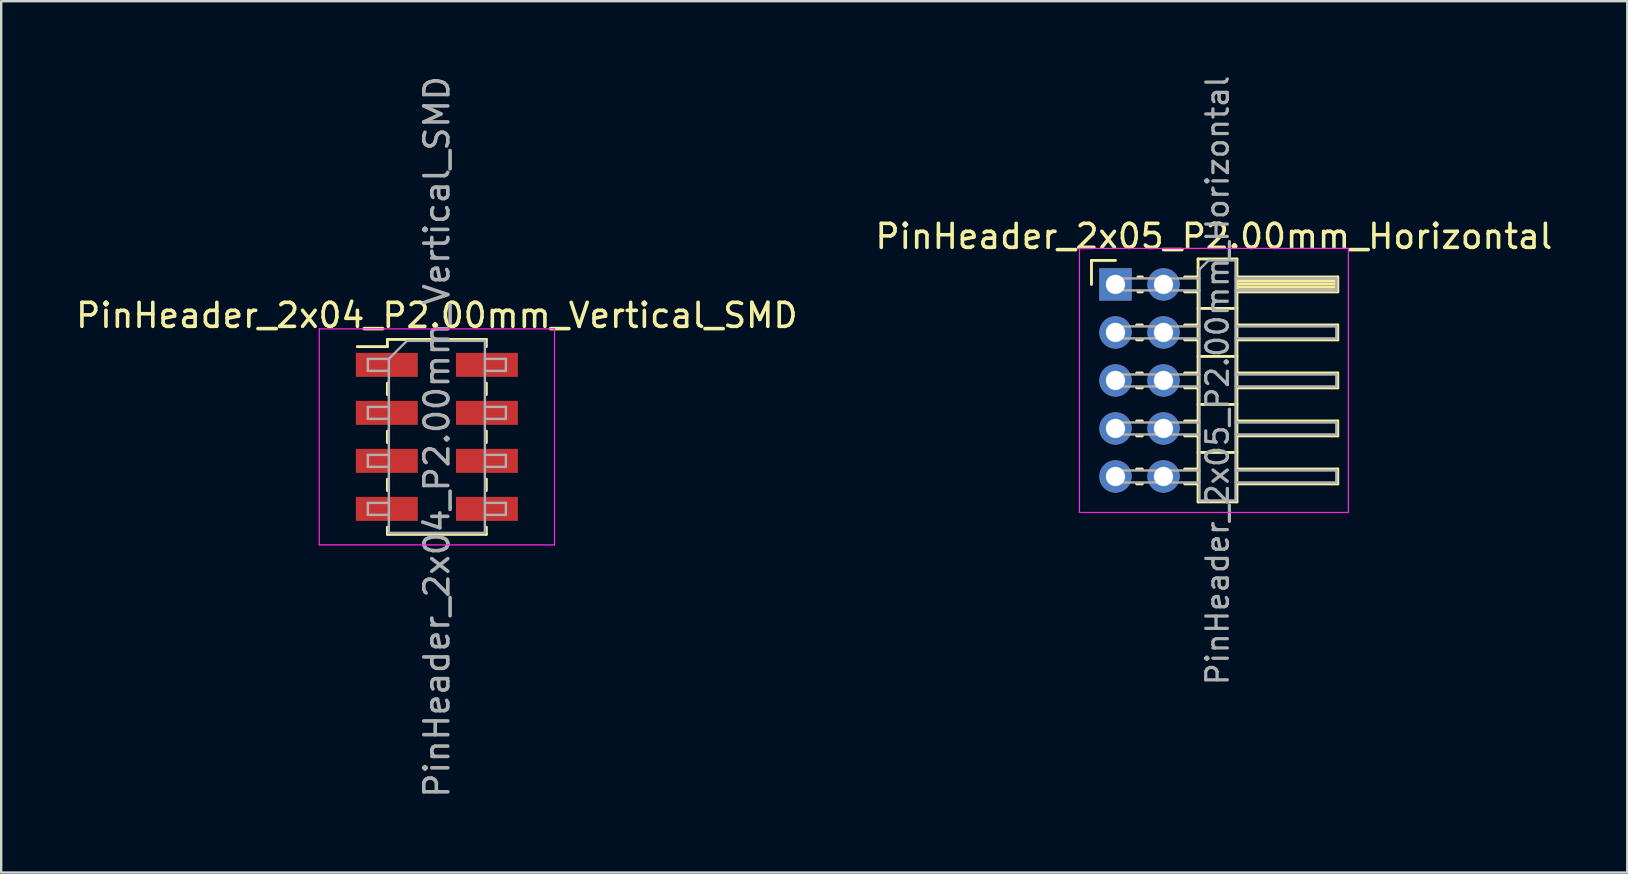
<source format=kicad_pcb>
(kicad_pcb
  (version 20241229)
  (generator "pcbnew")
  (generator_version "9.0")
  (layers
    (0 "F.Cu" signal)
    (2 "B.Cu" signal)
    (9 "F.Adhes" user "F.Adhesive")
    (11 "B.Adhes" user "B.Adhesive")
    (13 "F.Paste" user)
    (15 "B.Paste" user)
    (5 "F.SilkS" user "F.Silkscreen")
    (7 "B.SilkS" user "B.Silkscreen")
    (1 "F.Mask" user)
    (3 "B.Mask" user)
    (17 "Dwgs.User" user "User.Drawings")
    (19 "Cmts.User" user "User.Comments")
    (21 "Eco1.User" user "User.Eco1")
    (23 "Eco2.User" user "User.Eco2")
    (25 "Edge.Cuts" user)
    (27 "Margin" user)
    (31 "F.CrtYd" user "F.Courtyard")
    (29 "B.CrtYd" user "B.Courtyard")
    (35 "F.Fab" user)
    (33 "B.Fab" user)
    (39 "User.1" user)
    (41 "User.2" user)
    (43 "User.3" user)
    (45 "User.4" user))
  (footprint "PinHeader_2x04_P2.00mm_Vertical_SMD"
    (layer "F.Cu")
    (at 15.149 15.149)
    (property "Reference" "PinHeader_2x04_P2.00mm_Vertical_SMD" (at 0 -5.06 0) (layer "F.SilkS") (effects (font (size 1 1) (thickness 0.15))))
    (attr smd)
    (fp_line (start -3.315 -3.76) (end -2.06 -3.76) (stroke (width 0.12) (type solid)) (layer "F.SilkS"))
    (fp_line (start -2.06 -4.06) (end -2.06 -3.76) (stroke (width 0.12) (type solid)) (layer "F.SilkS"))
    (fp_line (start -2.06 -4.06) (end 2.06 -4.06) (stroke (width 0.12) (type solid)) (layer "F.SilkS"))
    (fp_line (start -2.06 -2.24) (end -2.06 -1.76) (stroke (width 0.12) (type solid)) (layer "F.SilkS"))
    (fp_line (start -2.06 -0.24) (end -2.06 0.24) (stroke (width 0.12) (type solid)) (layer "F.SilkS"))
    (fp_line (start -2.06 1.76) (end -2.06 2.24) (stroke (width 0.12) (type solid)) (layer "F.SilkS"))
    (fp_line (start -2.06 3.76) (end -2.06 4.06) (stroke (width 0.12) (type solid)) (layer "F.SilkS"))
    (fp_line (start -2.06 4.06) (end 2.06 4.06) (stroke (width 0.12) (type solid)) (layer "F.SilkS"))
    (fp_line (start 2.06 -4.06) (end 2.06 -3.76) (stroke (width 0.12) (type solid)) (layer "F.SilkS"))
    (fp_line (start 2.06 -2.24) (end 2.06 -1.76) (stroke (width 0.12) (type solid)) (layer "F.SilkS"))
    (fp_line (start 2.06 -0.24) (end 2.06 0.24) (stroke (width 0.12) (type solid)) (layer "F.SilkS"))
    (fp_line (start 2.06 1.76) (end 2.06 2.24) (stroke (width 0.12) (type solid)) (layer "F.SilkS"))
    (fp_line (start 2.06 3.76) (end 2.06 4.06) (stroke (width 0.12) (type solid)) (layer "F.SilkS"))
    (fp_line (start -4.9 -4.5) (end -4.9 4.5) (stroke (width 0.05) (type solid)) (layer "F.CrtYd"))
    (fp_line (start -4.9 4.5) (end 4.9 4.5) (stroke (width 0.05) (type solid)) (layer "F.CrtYd"))
    (fp_line (start 4.9 -4.5) (end -4.9 -4.5) (stroke (width 0.05) (type solid)) (layer "F.CrtYd"))
    (fp_line (start 4.9 4.5) (end 4.9 -4.5) (stroke (width 0.05) (type solid)) (layer "F.CrtYd"))
    (fp_line (start -2.875 -3.25) (end -2.875 -2.75) (stroke (width 0.1) (type solid)) (layer "F.Fab"))
    (fp_line (start -2.875 -2.75) (end -2 -2.75) (stroke (width 0.1) (type solid)) (layer "F.Fab"))
    (fp_line (start -2.875 -1.25) (end -2.875 -0.75) (stroke (width 0.1) (type solid)) (layer "F.Fab"))
    (fp_line (start -2.875 -0.75) (end -2 -0.75) (stroke (width 0.1) (type solid)) (layer "F.Fab"))
    (fp_line (start -2.875 0.75) (end -2.875 1.25) (stroke (width 0.1) (type solid)) (layer "F.Fab"))
    (fp_line (start -2.875 1.25) (end -2 1.25) (stroke (width 0.1) (type solid)) (layer "F.Fab"))
    (fp_line (start -2.875 2.75) (end -2.875 3.25) (stroke (width 0.1) (type solid)) (layer "F.Fab"))
    (fp_line (start -2.875 3.25) (end -2 3.25) (stroke (width 0.1) (type solid)) (layer "F.Fab"))
    (fp_line (start -2 -3.25) (end -2.875 -3.25) (stroke (width 0.1) (type solid)) (layer "F.Fab"))
    (fp_line (start -2 -3.25) (end -1.25 -4) (stroke (width 0.1) (type solid)) (layer "F.Fab"))
    (fp_line (start -2 -1.25) (end -2.875 -1.25) (stroke (width 0.1) (type solid)) (layer "F.Fab"))
    (fp_line (start -2 0.75) (end -2.875 0.75) (stroke (width 0.1) (type solid)) (layer "F.Fab"))
    (fp_line (start -2 2.75) (end -2.875 2.75) (stroke (width 0.1) (type solid)) (layer "F.Fab"))
    (fp_line (start -2 4) (end -2 -3.25) (stroke (width 0.1) (type solid)) (layer "F.Fab"))
    (fp_line (start -1.25 -4) (end 2 -4) (stroke (width 0.1) (type solid)) (layer "F.Fab"))
    (fp_line (start 2 -4) (end 2 4) (stroke (width 0.1) (type solid)) (layer "F.Fab"))
    (fp_line (start 2 -3.25) (end 2.875 -3.25) (stroke (width 0.1) (type solid)) (layer "F.Fab"))
    (fp_line (start 2 -1.25) (end 2.875 -1.25) (stroke (width 0.1) (type solid)) (layer "F.Fab"))
    (fp_line (start 2 0.75) (end 2.875 0.75) (stroke (width 0.1) (type solid)) (layer "F.Fab"))
    (fp_line (start 2 2.75) (end 2.875 2.75) (stroke (width 0.1) (type solid)) (layer "F.Fab"))
    (fp_line (start 2 4) (end -2 4) (stroke (width 0.1) (type solid)) (layer "F.Fab"))
    (fp_line (start 2.875 -3.25) (end 2.875 -2.75) (stroke (width 0.1) (type solid)) (layer "F.Fab"))
    (fp_line (start 2.875 -2.75) (end 2 -2.75) (stroke (width 0.1) (type solid)) (layer "F.Fab"))
    (fp_line (start 2.875 -1.25) (end 2.875 -0.75) (stroke (width 0.1) (type solid)) (layer "F.Fab"))
    (fp_line (start 2.875 -0.75) (end 2 -0.75) (stroke (width 0.1) (type solid)) (layer "F.Fab"))
    (fp_line (start 2.875 0.75) (end 2.875 1.25) (stroke (width 0.1) (type solid)) (layer "F.Fab"))
    (fp_line (start 2.875 1.25) (end 2 1.25) (stroke (width 0.1) (type solid)) (layer "F.Fab"))
    (fp_line (start 2.875 2.75) (end 2.875 3.25) (stroke (width 0.1) (type solid)) (layer "F.Fab"))
    (fp_line (start 2.875 3.25) (end 2 3.25) (stroke (width 0.1) (type solid)) (layer "F.Fab"))
    (fp_text user "${REFERENCE}" (at 0 0 90) (layer "F.Fab") (effects (font (size 1 1) (thickness 0.15))))
    (pad "1" smd rect (at -2.085 -3) (size 2.58 1) (layers "F.Cu" "F.Mask" "F.Paste"))
    (pad "2" smd rect (at 2.085 -3) (size 2.58 1) (layers "F.Cu" "F.Mask" "F.Paste"))
    (pad "3" smd rect (at -2.085 -1) (size 2.58 1) (layers "F.Cu" "F.Mask" "F.Paste"))
    (pad "4" smd rect (at 2.085 -1) (size 2.58 1) (layers "F.Cu" "F.Mask" "F.Paste"))
    (pad "5" smd rect (at -2.085 1) (size 2.58 1) (layers "F.Cu" "F.Mask" "F.Paste"))
    (pad "6" smd rect (at 2.085 1) (size 2.58 1) (layers "F.Cu" "F.Mask" "F.Paste"))
    (pad "7" smd rect (at -2.085 3) (size 2.58 1) (layers "F.Cu" "F.Mask" "F.Paste"))
    (pad "8" smd rect (at 2.085 3) (size 2.58 1) (layers "F.Cu" "F.Mask" "F.Paste")))
  (footprint "PinHeader_2x05_P2.00mm_Horizontal"
    (layer "F.Cu")
    (at 43.418 8.798)
    (property "Reference" "PinHeader_2x05_P2.00mm_Horizontal" (at 4.1 -2 0) (layer "F.SilkS") (effects (font (size 1 1) (thickness 0.15))))
    (attr through_hole)
    (fp_line (start -1 -1) (end 0 -1) (stroke (width 0.12) (type solid)) (layer "F.SilkS"))
    (fp_line (start -1 0) (end -1 -1) (stroke (width 0.12) (type solid)) (layer "F.SilkS"))
    (fp_line (start 0.882 1.69) (end 1.118 1.69) (stroke (width 0.12) (type solid)) (layer "F.SilkS"))
    (fp_line (start 0.882 2.31) (end 1.118 2.31) (stroke (width 0.12) (type solid)) (layer "F.SilkS"))
    (fp_line (start 0.882 3.69) (end 1.118 3.69) (stroke (width 0.12) (type solid)) (layer "F.SilkS"))
    (fp_line (start 0.882 4.31) (end 1.118 4.31) (stroke (width 0.12) (type solid)) (layer "F.SilkS"))
    (fp_line (start 0.882 5.69) (end 1.118 5.69) (stroke (width 0.12) (type solid)) (layer "F.SilkS"))
    (fp_line (start 0.882 6.31) (end 1.118 6.31) (stroke (width 0.12) (type solid)) (layer "F.SilkS"))
    (fp_line (start 0.882 7.69) (end 1.118 7.69) (stroke (width 0.12) (type solid)) (layer "F.SilkS"))
    (fp_line (start 0.882 8.31) (end 1.118 8.31) (stroke (width 0.12) (type solid)) (layer "F.SilkS"))
    (fp_line (start 0.935 -0.31) (end 1.118 -0.31) (stroke (width 0.12) (type solid)) (layer "F.SilkS"))
    (fp_line (start 0.935 0.31) (end 1.118 0.31) (stroke (width 0.12) (type solid)) (layer "F.SilkS"))
    (fp_line (start 2.882 -0.31) (end 3.44 -0.31) (stroke (width 0.12) (type solid)) (layer "F.SilkS"))
    (fp_line (start 2.882 0.31) (end 3.44 0.31) (stroke (width 0.12) (type solid)) (layer "F.SilkS"))
    (fp_line (start 2.882 1.69) (end 3.44 1.69) (stroke (width 0.12) (type solid)) (layer "F.SilkS"))
    (fp_line (start 2.882 2.31) (end 3.44 2.31) (stroke (width 0.12) (type solid)) (layer "F.SilkS"))
    (fp_line (start 2.882 3.69) (end 3.44 3.69) (stroke (width 0.12) (type solid)) (layer "F.SilkS"))
    (fp_line (start 2.882 4.31) (end 3.44 4.31) (stroke (width 0.12) (type solid)) (layer "F.SilkS"))
    (fp_line (start 2.882 5.69) (end 3.44 5.69) (stroke (width 0.12) (type solid)) (layer "F.SilkS"))
    (fp_line (start 2.882 6.31) (end 3.44 6.31) (stroke (width 0.12) (type solid)) (layer "F.SilkS"))
    (fp_line (start 2.882 7.69) (end 3.44 7.69) (stroke (width 0.12) (type solid)) (layer "F.SilkS"))
    (fp_line (start 2.882 8.31) (end 3.44 8.31) (stroke (width 0.12) (type solid)) (layer "F.SilkS"))
    (fp_line (start 3.44 -1.06) (end 3.44 9.06) (stroke (width 0.12) (type solid)) (layer "F.SilkS"))
    (fp_line (start 3.44 1) (end 5.06 1) (stroke (width 0.12) (type solid)) (layer "F.SilkS"))
    (fp_line (start 3.44 3) (end 5.06 3) (stroke (width 0.12) (type solid)) (layer "F.SilkS"))
    (fp_line (start 3.44 5) (end 5.06 5) (stroke (width 0.12) (type solid)) (layer "F.SilkS"))
    (fp_line (start 3.44 7) (end 5.06 7) (stroke (width 0.12) (type solid)) (layer "F.SilkS"))
    (fp_line (start 3.44 9.06) (end 5.06 9.06) (stroke (width 0.12) (type solid)) (layer "F.SilkS"))
    (fp_line (start 5.06 -1.06) (end 3.44 -1.06) (stroke (width 0.12) (type solid)) (layer "F.SilkS"))
    (fp_line (start 5.06 -0.31) (end 9.26 -0.31) (stroke (width 0.12) (type solid)) (layer "F.SilkS"))
    (fp_line (start 5.06 -0.25) (end 9.26 -0.25) (stroke (width 0.12) (type solid)) (layer "F.SilkS"))
    (fp_line (start 5.06 -0.13) (end 9.26 -0.13) (stroke (width 0.12) (type solid)) (layer "F.SilkS"))
    (fp_line (start 5.06 -0.01) (end 9.26 -0.01) (stroke (width 0.12) (type solid)) (layer "F.SilkS"))
    (fp_line (start 5.06 0.11) (end 9.26 0.11) (stroke (width 0.12) (type solid)) (layer "F.SilkS"))
    (fp_line (start 5.06 0.23) (end 9.26 0.23) (stroke (width 0.12) (type solid)) (layer "F.SilkS"))
    (fp_line (start 5.06 1.69) (end 9.26 1.69) (stroke (width 0.12) (type solid)) (layer "F.SilkS"))
    (fp_line (start 5.06 3.69) (end 9.26 3.69) (stroke (width 0.12) (type solid)) (layer "F.SilkS"))
    (fp_line (start 5.06 5.69) (end 9.26 5.69) (stroke (width 0.12) (type solid)) (layer "F.SilkS"))
    (fp_line (start 5.06 7.69) (end 9.26 7.69) (stroke (width 0.12) (type solid)) (layer "F.SilkS"))
    (fp_line (start 5.06 9.06) (end 5.06 -1.06) (stroke (width 0.12) (type solid)) (layer "F.SilkS"))
    (fp_line (start 9.26 -0.31) (end 9.26 0.31) (stroke (width 0.12) (type solid)) (layer "F.SilkS"))
    (fp_line (start 9.26 0.31) (end 5.06 0.31) (stroke (width 0.12) (type solid)) (layer "F.SilkS"))
    (fp_line (start 9.26 1.69) (end 9.26 2.31) (stroke (width 0.12) (type solid)) (layer "F.SilkS"))
    (fp_line (start 9.26 2.31) (end 5.06 2.31) (stroke (width 0.12) (type solid)) (layer "F.SilkS"))
    (fp_line (start 9.26 3.69) (end 9.26 4.31) (stroke (width 0.12) (type solid)) (layer "F.SilkS"))
    (fp_line (start 9.26 4.31) (end 5.06 4.31) (stroke (width 0.12) (type solid)) (layer "F.SilkS"))
    (fp_line (start 9.26 5.69) (end 9.26 6.31) (stroke (width 0.12) (type solid)) (layer "F.SilkS"))
    (fp_line (start 9.26 6.31) (end 5.06 6.31) (stroke (width 0.12) (type solid)) (layer "F.SilkS"))
    (fp_line (start 9.26 7.69) (end 9.26 8.31) (stroke (width 0.12) (type solid)) (layer "F.SilkS"))
    (fp_line (start 9.26 8.31) (end 5.06 8.31) (stroke (width 0.12) (type solid)) (layer "F.SilkS"))
    (fp_line (start -1.5 -1.5) (end -1.5 9.5) (stroke (width 0.05) (type solid)) (layer "F.CrtYd"))
    (fp_line (start -1.5 9.5) (end 9.7 9.5) (stroke (width 0.05) (type solid)) (layer "F.CrtYd"))
    (fp_line (start 9.7 -1.5) (end -1.5 -1.5) (stroke (width 0.05) (type solid)) (layer "F.CrtYd"))
    (fp_line (start 9.7 9.5) (end 9.7 -1.5) (stroke (width 0.05) (type solid)) (layer "F.CrtYd"))
    (fp_line (start -0.25 -0.25) (end -0.25 0.25) (stroke (width 0.1) (type solid)) (layer "F.Fab"))
    (fp_line (start -0.25 -0.25) (end 3.5 -0.25) (stroke (width 0.1) (type solid)) (layer "F.Fab"))
    (fp_line (start -0.25 0.25) (end 3.5 0.25) (stroke (width 0.1) (type solid)) (layer "F.Fab"))
    (fp_line (start -0.25 1.75) (end -0.25 2.25) (stroke (width 0.1) (type solid)) (layer "F.Fab"))
    (fp_line (start -0.25 1.75) (end 3.5 1.75) (stroke (width 0.1) (type solid)) (layer "F.Fab"))
    (fp_line (start -0.25 2.25) (end 3.5 2.25) (stroke (width 0.1) (type solid)) (layer "F.Fab"))
    (fp_line (start -0.25 3.75) (end -0.25 4.25) (stroke (width 0.1) (type solid)) (layer "F.Fab"))
    (fp_line (start -0.25 3.75) (end 3.5 3.75) (stroke (width 0.1) (type solid)) (layer "F.Fab"))
    (fp_line (start -0.25 4.25) (end 3.5 4.25) (stroke (width 0.1) (type solid)) (layer "F.Fab"))
    (fp_line (start -0.25 5.75) (end -0.25 6.25) (stroke (width 0.1) (type solid)) (layer "F.Fab"))
    (fp_line (start -0.25 5.75) (end 3.5 5.75) (stroke (width 0.1) (type solid)) (layer "F.Fab"))
    (fp_line (start -0.25 6.25) (end 3.5 6.25) (stroke (width 0.1) (type solid)) (layer "F.Fab"))
    (fp_line (start -0.25 7.75) (end -0.25 8.25) (stroke (width 0.1) (type solid)) (layer "F.Fab"))
    (fp_line (start -0.25 7.75) (end 3.5 7.75) (stroke (width 0.1) (type solid)) (layer "F.Fab"))
    (fp_line (start -0.25 8.25) (end 3.5 8.25) (stroke (width 0.1) (type solid)) (layer "F.Fab"))
    (fp_line (start 3.5 -0.625) (end 3.875 -1) (stroke (width 0.1) (type solid)) (layer "F.Fab"))
    (fp_line (start 3.5 9) (end 3.5 -0.625) (stroke (width 0.1) (type solid)) (layer "F.Fab"))
    (fp_line (start 3.875 -1) (end 5 -1) (stroke (width 0.1) (type solid)) (layer "F.Fab"))
    (fp_line (start 5 -1) (end 5 9) (stroke (width 0.1) (type solid)) (layer "F.Fab"))
    (fp_line (start 5 -0.25) (end 9.2 -0.25) (stroke (width 0.1) (type solid)) (layer "F.Fab"))
    (fp_line (start 5 0.25) (end 9.2 0.25) (stroke (width 0.1) (type solid)) (layer "F.Fab"))
    (fp_line (start 5 1.75) (end 9.2 1.75) (stroke (width 0.1) (type solid)) (layer "F.Fab"))
    (fp_line (start 5 2.25) (end 9.2 2.25) (stroke (width 0.1) (type solid)) (layer "F.Fab"))
    (fp_line (start 5 3.75) (end 9.2 3.75) (stroke (width 0.1) (type solid)) (layer "F.Fab"))
    (fp_line (start 5 4.25) (end 9.2 4.25) (stroke (width 0.1) (type solid)) (layer "F.Fab"))
    (fp_line (start 5 5.75) (end 9.2 5.75) (stroke (width 0.1) (type solid)) (layer "F.Fab"))
    (fp_line (start 5 6.25) (end 9.2 6.25) (stroke (width 0.1) (type solid)) (layer "F.Fab"))
    (fp_line (start 5 7.75) (end 9.2 7.75) (stroke (width 0.1) (type solid)) (layer "F.Fab"))
    (fp_line (start 5 8.25) (end 9.2 8.25) (stroke (width 0.1) (type solid)) (layer "F.Fab"))
    (fp_line (start 5 9) (end 3.5 9) (stroke (width 0.1) (type solid)) (layer "F.Fab"))
    (fp_line (start 9.2 -0.25) (end 9.2 0.25) (stroke (width 0.1) (type solid)) (layer "F.Fab"))
    (fp_line (start 9.2 1.75) (end 9.2 2.25) (stroke (width 0.1) (type solid)) (layer "F.Fab"))
    (fp_line (start 9.2 3.75) (end 9.2 4.25) (stroke (width 0.1) (type solid)) (layer "F.Fab"))
    (fp_line (start 9.2 5.75) (end 9.2 6.25) (stroke (width 0.1) (type solid)) (layer "F.Fab"))
    (fp_line (start 9.2 7.75) (end 9.2 8.25) (stroke (width 0.1) (type solid)) (layer "F.Fab"))
    (fp_text user "${REFERENCE}" (at 4.25 4 90) (layer "F.Fab") (effects (font (size 0.9 0.9) (thickness 0.135))))
    (pad "1" thru_hole rect (at 0 0) (size 1.35 1.35) (drill 0.8) (layers "*.Cu" "*.Mask"))
    (pad "2" thru_hole oval (at 2 0) (size 1.35 1.35) (drill 0.8) (layers "*.Cu" "*.Mask"))
    (pad "3" thru_hole oval (at 0 2) (size 1.35 1.35) (drill 0.8) (layers "*.Cu" "*.Mask"))
    (pad "4" thru_hole oval (at 2 2) (size 1.35 1.35) (drill 0.8) (layers "*.Cu" "*.Mask"))
    (pad "5" thru_hole oval (at 0 4) (size 1.35 1.35) (drill 0.8) (layers "*.Cu" "*.Mask"))
    (pad "6" thru_hole oval (at 2 4) (size 1.35 1.35) (drill 0.8) (layers "*.Cu" "*.Mask"))
    (pad "7" thru_hole oval (at 0 6) (size 1.35 1.35) (drill 0.8) (layers "*.Cu" "*.Mask"))
    (pad "8" thru_hole oval (at 2 6) (size 1.35 1.35) (drill 0.8) (layers "*.Cu" "*.Mask"))
    (pad "9" thru_hole oval (at 0 8) (size 1.35 1.35) (drill 0.8) (layers "*.Cu" "*.Mask"))
    (pad "10" thru_hole oval (at 2 8) (size 1.35 1.35) (drill 0.8) (layers "*.Cu" "*.Mask")))
  (gr_rect
    (start -3 -3)
    (end 64.738 33.298)
    (stroke (width 0.1) (type default))
    (fill no)
    (layer "Edge.Cuts")))
</source>
